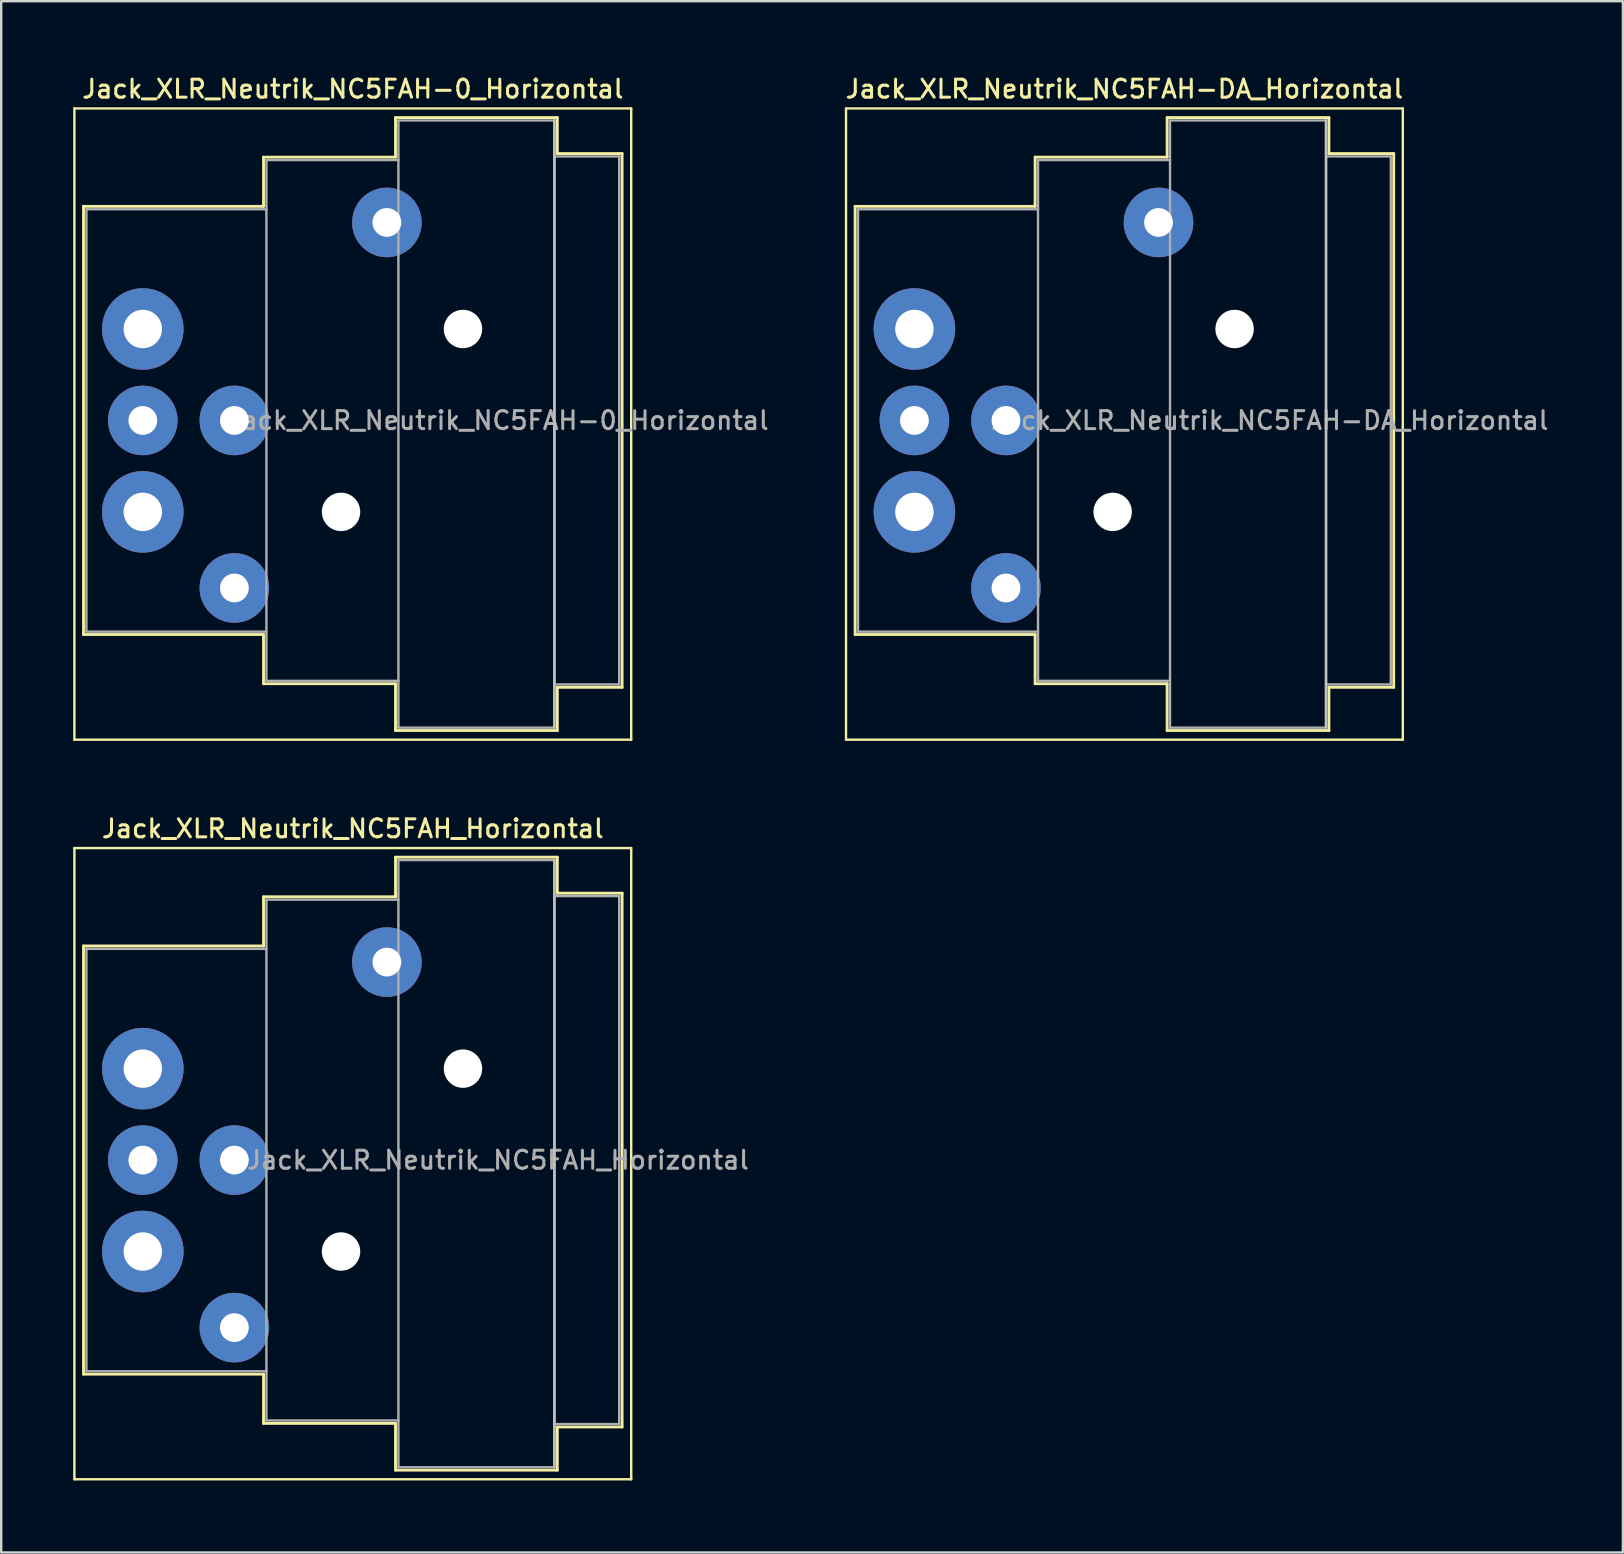
<source format=kicad_pcb>
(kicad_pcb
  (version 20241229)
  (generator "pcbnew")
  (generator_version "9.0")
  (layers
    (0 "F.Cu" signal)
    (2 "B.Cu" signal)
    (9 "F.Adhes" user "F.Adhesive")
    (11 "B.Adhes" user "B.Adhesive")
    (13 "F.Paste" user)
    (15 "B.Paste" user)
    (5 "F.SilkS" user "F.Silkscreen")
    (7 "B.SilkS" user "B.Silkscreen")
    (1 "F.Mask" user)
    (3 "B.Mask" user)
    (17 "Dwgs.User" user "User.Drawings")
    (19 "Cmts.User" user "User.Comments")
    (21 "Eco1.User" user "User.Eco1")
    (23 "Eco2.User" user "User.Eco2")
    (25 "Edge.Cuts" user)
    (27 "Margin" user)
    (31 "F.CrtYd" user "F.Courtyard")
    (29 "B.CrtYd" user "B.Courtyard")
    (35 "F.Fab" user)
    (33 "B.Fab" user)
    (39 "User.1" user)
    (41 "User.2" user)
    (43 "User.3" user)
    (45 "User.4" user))
  (footprint "Jack_XLR_Neutrik_NC5FAH-DA_Horizontal"
    (layer "F.Cu")
    (at 35.05 10.658)
    (property "Reference" "Jack_XLR_Neutrik_NC5FAH-DA_Horizontal" (at 8.75 -10 0) (layer "F.SilkS") (effects (font (size 0.75 0.75) (thickness 0.125))))
    (attr through_hole)
    (fp_line (start -2.85 -9.19) (end -2.85 17.11) (stroke (width 0.1) (type solid)) (layer "F.SilkS"))
    (fp_line (start -2.47 -5.11) (end -2.47 12.73) (stroke (width 0.12) (type solid)) (layer "F.SilkS"))
    (fp_line (start 5.03 -5.11) (end -2.47 -5.11) (stroke (width 0.12) (type solid)) (layer "F.SilkS"))
    (fp_line (start 5.03 -5.11) (end 5.03 -7.16) (stroke (width 0.12) (type solid)) (layer "F.SilkS"))
    (fp_line (start 5.03 12.73) (end -2.47 12.73) (stroke (width 0.12) (type solid)) (layer "F.SilkS"))
    (fp_line (start 5.03 12.73) (end 5.03 14.78) (stroke (width 0.12) (type solid)) (layer "F.SilkS"))
    (fp_line (start 10.53 -7.16) (end 5.03 -7.16) (stroke (width 0.12) (type solid)) (layer "F.SilkS"))
    (fp_line (start 10.53 -7.16) (end 10.53 -8.81) (stroke (width 0.12) (type solid)) (layer "F.SilkS"))
    (fp_line (start 10.53 14.78) (end 5.03 14.78) (stroke (width 0.12) (type solid)) (layer "F.SilkS"))
    (fp_line (start 10.53 16.73) (end 10.53 14.78) (stroke (width 0.12) (type solid)) (layer "F.SilkS"))
    (fp_line (start 17.27 -8.81) (end 10.53 -8.81) (stroke (width 0.12) (type solid)) (layer "F.SilkS"))
    (fp_line (start 17.27 -8.81) (end 17.27 -7.31) (stroke (width 0.12) (type solid)) (layer "F.SilkS"))
    (fp_line (start 17.27 -7.31) (end 19.97 -7.31) (stroke (width 0.12) (type solid)) (layer "F.SilkS"))
    (fp_line (start 17.27 14.93) (end 17.27 16.73) (stroke (width 0.12) (type solid)) (layer "F.SilkS"))
    (fp_line (start 17.27 14.93) (end 19.97 14.93) (stroke (width 0.12) (type solid)) (layer "F.SilkS"))
    (fp_line (start 17.27 16.73) (end 10.53 16.73) (stroke (width 0.12) (type solid)) (layer "F.SilkS"))
    (fp_line (start 19.97 -7.31) (end 19.97 14.93) (stroke (width 0.12) (type solid)) (layer "F.SilkS"))
    (fp_line (start 20.35 -9.19) (end -2.85 -9.19) (stroke (width 0.1) (type solid)) (layer "F.SilkS"))
    (fp_line (start 20.35 -9.19) (end 20.35 17.11) (stroke (width 0.1) (type solid)) (layer "F.SilkS"))
    (fp_line (start 20.35 17.11) (end -2.85 17.11) (stroke (width 0.1) (type solid)) (layer "F.SilkS"))
    (fp_line (start 17.15 -8.69) (end 17.15 16.61) (stroke (width 0.1) (type solid)) (layer "Dwgs.User"))
    (fp_line (start -2.35 -4.99) (end -2.35 12.61) (stroke (width 0.1) (type solid)) (layer "F.Fab"))
    (fp_line (start 5.15 -4.99) (end -2.35 -4.99) (stroke (width 0.1) (type solid)) (layer "F.Fab"))
    (fp_line (start 5.15 12.61) (end -2.35 12.61) (stroke (width 0.1) (type solid)) (layer "F.Fab"))
    (fp_line (start 5.15 14.66) (end 5.15 -7.04) (stroke (width 0.1) (type solid)) (layer "F.Fab"))
    (fp_line (start 5.15 14.66) (end 10.65 14.66) (stroke (width 0.1) (type solid)) (layer "F.Fab"))
    (fp_line (start 10.65 -8.69) (end 17.15 -8.69) (stroke (width 0.1) (type solid)) (layer "F.Fab"))
    (fp_line (start 10.65 -7.04) (end 5.15 -7.04) (stroke (width 0.1) (type solid)) (layer "F.Fab"))
    (fp_line (start 10.65 16.61) (end 10.65 -8.69) (stroke (width 0.1) (type solid)) (layer "F.Fab"))
    (fp_line (start 17.15 -8.69) (end 17.15 16.61) (stroke (width 0.1) (type solid)) (layer "F.Fab"))
    (fp_line (start 17.15 -7.19) (end 19.85 -7.19) (stroke (width 0.1) (type solid)) (layer "F.Fab"))
    (fp_line (start 17.15 16.61) (end 10.65 16.61) (stroke (width 0.1) (type solid)) (layer "F.Fab"))
    (fp_line (start 19.85 -7.19) (end 19.85 14.81) (stroke (width 0.1) (type solid)) (layer "F.Fab"))
    (fp_line (start 19.85 14.81) (end 17.15 14.81) (stroke (width 0.1) (type solid)) (layer "F.Fab"))
    (fp_text user "${REFERENCE}" (at 14.8 3.81 0) (layer "F.Fab") (effects (font (size 0.75 0.75) (thickness 0.125))))
    (pad "" np_thru_hole circle (at 8.26 7.62) (size 1.6 1.6) (drill 1.6) (layers "*.Cu" "*.Mask"))
    (pad "" np_thru_hole circle (at 13.34 0) (size 1.6 1.6) (drill 1.6) (layers "*.Cu" "*.Mask"))
    (pad "1" thru_hole circle (at 0 0) (size 3.4 3.4) (drill 1.6) (layers "*.Cu" "*.Mask"))
    (pad "2" thru_hole circle (at 3.815 3.81) (size 2.9 2.9) (drill 1.2) (layers "*.Cu" "*.Mask"))
    (pad "3" thru_hole circle (at 0 3.81) (size 2.9 2.9) (drill 1.2) (layers "*.Cu" "*.Mask"))
    (pad "4" thru_hole circle (at 3.815 10.79) (size 2.9 2.9) (drill 1.2) (layers "*.Cu" "*.Mask"))
    (pad "5" thru_hole circle (at 0 7.62) (size 3.4 3.4) (drill 1.6) (layers "*.Cu" "*.Mask"))
    (pad "G" thru_hole circle (at 10.17 -4.44) (size 2.9 2.9) (drill 1.2) (layers "*.Cu" "*.Mask")))
  (footprint "Jack_XLR_Neutrik_NC5FAH_Horizontal"
    (layer "F.Cu")
    (at 2.9 41.476)
    (property "Reference" "Jack_XLR_Neutrik_NC5FAH_Horizontal" (at 8.75 -10 0) (layer "F.SilkS") (effects (font (size 0.75 0.75) (thickness 0.125))))
    (attr through_hole)
    (fp_line (start -2.85 -9.19) (end -2.85 17.11) (stroke (width 0.1) (type solid)) (layer "F.SilkS"))
    (fp_line (start -2.47 -5.11) (end -2.47 12.73) (stroke (width 0.12) (type solid)) (layer "F.SilkS"))
    (fp_line (start 5.03 -5.11) (end -2.47 -5.11) (stroke (width 0.12) (type solid)) (layer "F.SilkS"))
    (fp_line (start 5.03 -5.11) (end 5.03 -7.16) (stroke (width 0.12) (type solid)) (layer "F.SilkS"))
    (fp_line (start 5.03 12.73) (end -2.47 12.73) (stroke (width 0.12) (type solid)) (layer "F.SilkS"))
    (fp_line (start 5.03 12.73) (end 5.03 14.78) (stroke (width 0.12) (type solid)) (layer "F.SilkS"))
    (fp_line (start 10.53 -7.16) (end 5.03 -7.16) (stroke (width 0.12) (type solid)) (layer "F.SilkS"))
    (fp_line (start 10.53 -7.16) (end 10.53 -8.81) (stroke (width 0.12) (type solid)) (layer "F.SilkS"))
    (fp_line (start 10.53 14.78) (end 5.03 14.78) (stroke (width 0.12) (type solid)) (layer "F.SilkS"))
    (fp_line (start 10.53 16.73) (end 10.53 14.78) (stroke (width 0.12) (type solid)) (layer "F.SilkS"))
    (fp_line (start 17.27 -8.81) (end 10.53 -8.81) (stroke (width 0.12) (type solid)) (layer "F.SilkS"))
    (fp_line (start 17.27 -8.81) (end 17.27 -7.31) (stroke (width 0.12) (type solid)) (layer "F.SilkS"))
    (fp_line (start 17.27 -7.31) (end 19.97 -7.31) (stroke (width 0.12) (type solid)) (layer "F.SilkS"))
    (fp_line (start 17.27 14.93) (end 17.27 16.73) (stroke (width 0.12) (type solid)) (layer "F.SilkS"))
    (fp_line (start 17.27 14.93) (end 19.97 14.93) (stroke (width 0.12) (type solid)) (layer "F.SilkS"))
    (fp_line (start 17.27 16.73) (end 10.53 16.73) (stroke (width 0.12) (type solid)) (layer "F.SilkS"))
    (fp_line (start 19.97 -7.31) (end 19.97 14.93) (stroke (width 0.12) (type solid)) (layer "F.SilkS"))
    (fp_line (start 20.35 -9.19) (end -2.85 -9.19) (stroke (width 0.1) (type solid)) (layer "F.SilkS"))
    (fp_line (start 20.35 -9.19) (end 20.35 17.11) (stroke (width 0.1) (type solid)) (layer "F.SilkS"))
    (fp_line (start 20.35 17.11) (end -2.85 17.11) (stroke (width 0.1) (type solid)) (layer "F.SilkS"))
    (fp_line (start 17.15 -8.69) (end 17.15 16.61) (stroke (width 0.1) (type solid)) (layer "Dwgs.User"))
    (fp_line (start -2.35 -4.99) (end -2.35 12.61) (stroke (width 0.1) (type solid)) (layer "F.Fab"))
    (fp_line (start 5.15 -4.99) (end -2.35 -4.99) (stroke (width 0.1) (type solid)) (layer "F.Fab"))
    (fp_line (start 5.15 12.61) (end -2.35 12.61) (stroke (width 0.1) (type solid)) (layer "F.Fab"))
    (fp_line (start 5.15 14.66) (end 5.15 -7.04) (stroke (width 0.1) (type solid)) (layer "F.Fab"))
    (fp_line (start 5.15 14.66) (end 10.65 14.66) (stroke (width 0.1) (type solid)) (layer "F.Fab"))
    (fp_line (start 10.65 -8.69) (end 17.15 -8.69) (stroke (width 0.1) (type solid)) (layer "F.Fab"))
    (fp_line (start 10.65 -7.04) (end 5.15 -7.04) (stroke (width 0.1) (type solid)) (layer "F.Fab"))
    (fp_line (start 10.65 16.61) (end 10.65 -8.69) (stroke (width 0.1) (type solid)) (layer "F.Fab"))
    (fp_line (start 17.15 -8.69) (end 17.15 16.61) (stroke (width 0.1) (type solid)) (layer "F.Fab"))
    (fp_line (start 17.15 -7.19) (end 19.85 -7.19) (stroke (width 0.1) (type solid)) (layer "F.Fab"))
    (fp_line (start 17.15 16.61) (end 10.65 16.61) (stroke (width 0.1) (type solid)) (layer "F.Fab"))
    (fp_line (start 19.85 -7.19) (end 19.85 14.81) (stroke (width 0.1) (type solid)) (layer "F.Fab"))
    (fp_line (start 19.85 14.81) (end 17.15 14.81) (stroke (width 0.1) (type solid)) (layer "F.Fab"))
    (fp_text user "${REFERENCE}" (at 14.8 3.81 0) (layer "F.Fab") (effects (font (size 0.75 0.75) (thickness 0.125))))
    (pad "" np_thru_hole circle (at 8.26 7.62) (size 1.6 1.6) (drill 1.6) (layers "*.Cu" "*.Mask"))
    (pad "" np_thru_hole circle (at 13.34 0) (size 1.6 1.6) (drill 1.6) (layers "*.Cu" "*.Mask"))
    (pad "1" thru_hole circle (at 0 0) (size 3.4 3.4) (drill 1.6) (layers "*.Cu" "*.Mask"))
    (pad "2" thru_hole circle (at 3.815 3.81) (size 2.9 2.9) (drill 1.2) (layers "*.Cu" "*.Mask"))
    (pad "3" thru_hole circle (at 0 3.81) (size 2.9 2.9) (drill 1.2) (layers "*.Cu" "*.Mask"))
    (pad "4" thru_hole circle (at 3.815 10.79) (size 2.9 2.9) (drill 1.2) (layers "*.Cu" "*.Mask"))
    (pad "5" thru_hole circle (at 0 7.62) (size 3.4 3.4) (drill 1.6) (layers "*.Cu" "*.Mask"))
    (pad "G" thru_hole circle (at 10.17 -4.44) (size 2.9 2.9) (drill 1.2) (layers "*.Cu" "*.Mask")))
  (footprint "Jack_XLR_Neutrik_NC5FAH-0_Horizontal"
    (layer "F.Cu")
    (at 2.9 10.658)
    (property "Reference" "Jack_XLR_Neutrik_NC5FAH-0_Horizontal" (at 8.75 -10 0) (layer "F.SilkS") (effects (font (size 0.75 0.75) (thickness 0.125))))
    (attr through_hole)
    (fp_line (start -2.85 -9.19) (end -2.85 17.11) (stroke (width 0.1) (type solid)) (layer "F.SilkS"))
    (fp_line (start -2.47 -5.11) (end -2.47 12.73) (stroke (width 0.12) (type solid)) (layer "F.SilkS"))
    (fp_line (start 5.03 -5.11) (end -2.47 -5.11) (stroke (width 0.12) (type solid)) (layer "F.SilkS"))
    (fp_line (start 5.03 -5.11) (end 5.03 -7.16) (stroke (width 0.12) (type solid)) (layer "F.SilkS"))
    (fp_line (start 5.03 12.73) (end -2.47 12.73) (stroke (width 0.12) (type solid)) (layer "F.SilkS"))
    (fp_line (start 5.03 12.73) (end 5.03 14.78) (stroke (width 0.12) (type solid)) (layer "F.SilkS"))
    (fp_line (start 10.53 -7.16) (end 5.03 -7.16) (stroke (width 0.12) (type solid)) (layer "F.SilkS"))
    (fp_line (start 10.53 -7.16) (end 10.53 -8.81) (stroke (width 0.12) (type solid)) (layer "F.SilkS"))
    (fp_line (start 10.53 14.78) (end 5.03 14.78) (stroke (width 0.12) (type solid)) (layer "F.SilkS"))
    (fp_line (start 10.53 16.73) (end 10.53 14.78) (stroke (width 0.12) (type solid)) (layer "F.SilkS"))
    (fp_line (start 17.27 -8.81) (end 10.53 -8.81) (stroke (width 0.12) (type solid)) (layer "F.SilkS"))
    (fp_line (start 17.27 -8.81) (end 17.27 -7.31) (stroke (width 0.12) (type solid)) (layer "F.SilkS"))
    (fp_line (start 17.27 -7.31) (end 19.97 -7.31) (stroke (width 0.12) (type solid)) (layer "F.SilkS"))
    (fp_line (start 17.27 14.93) (end 17.27 16.73) (stroke (width 0.12) (type solid)) (layer "F.SilkS"))
    (fp_line (start 17.27 14.93) (end 19.97 14.93) (stroke (width 0.12) (type solid)) (layer "F.SilkS"))
    (fp_line (start 17.27 16.73) (end 10.53 16.73) (stroke (width 0.12) (type solid)) (layer "F.SilkS"))
    (fp_line (start 19.97 -7.31) (end 19.97 14.93) (stroke (width 0.12) (type solid)) (layer "F.SilkS"))
    (fp_line (start 20.35 -9.19) (end -2.85 -9.19) (stroke (width 0.1) (type solid)) (layer "F.SilkS"))
    (fp_line (start 20.35 -9.19) (end 20.35 17.11) (stroke (width 0.1) (type solid)) (layer "F.SilkS"))
    (fp_line (start 20.35 17.11) (end -2.85 17.11) (stroke (width 0.1) (type solid)) (layer "F.SilkS"))
    (fp_line (start 17.15 -8.69) (end 17.15 16.61) (stroke (width 0.1) (type solid)) (layer "Dwgs.User"))
    (fp_line (start -2.35 -4.99) (end -2.35 12.61) (stroke (width 0.1) (type solid)) (layer "F.Fab"))
    (fp_line (start 5.15 -4.99) (end -2.35 -4.99) (stroke (width 0.1) (type solid)) (layer "F.Fab"))
    (fp_line (start 5.15 12.61) (end -2.35 12.61) (stroke (width 0.1) (type solid)) (layer "F.Fab"))
    (fp_line (start 5.15 14.66) (end 5.15 -7.04) (stroke (width 0.1) (type solid)) (layer "F.Fab"))
    (fp_line (start 5.15 14.66) (end 10.65 14.66) (stroke (width 0.1) (type solid)) (layer "F.Fab"))
    (fp_line (start 10.65 -8.69) (end 17.15 -8.69) (stroke (width 0.1) (type solid)) (layer "F.Fab"))
    (fp_line (start 10.65 -7.04) (end 5.15 -7.04) (stroke (width 0.1) (type solid)) (layer "F.Fab"))
    (fp_line (start 10.65 16.61) (end 10.65 -8.69) (stroke (width 0.1) (type solid)) (layer "F.Fab"))
    (fp_line (start 17.15 -8.69) (end 17.15 16.61) (stroke (width 0.1) (type solid)) (layer "F.Fab"))
    (fp_line (start 17.15 -7.19) (end 19.85 -7.19) (stroke (width 0.1) (type solid)) (layer "F.Fab"))
    (fp_line (start 17.15 16.61) (end 10.65 16.61) (stroke (width 0.1) (type solid)) (layer "F.Fab"))
    (fp_line (start 19.85 -7.19) (end 19.85 14.81) (stroke (width 0.1) (type solid)) (layer "F.Fab"))
    (fp_line (start 19.85 14.81) (end 17.15 14.81) (stroke (width 0.1) (type solid)) (layer "F.Fab"))
    (fp_text user "${REFERENCE}" (at 14.8 3.81 0) (layer "F.Fab") (effects (font (size 0.75 0.75) (thickness 0.125))))
    (pad "" np_thru_hole circle (at 8.26 7.62) (size 1.6 1.6) (drill 1.6) (layers "*.Cu" "*.Mask"))
    (pad "" np_thru_hole circle (at 13.34 0) (size 1.6 1.6) (drill 1.6) (layers "*.Cu" "*.Mask"))
    (pad "1" thru_hole circle (at 0 0) (size 3.4 3.4) (drill 1.6) (layers "*.Cu" "*.Mask"))
    (pad "2" thru_hole circle (at 3.815 3.81) (size 2.9 2.9) (drill 1.2) (layers "*.Cu" "*.Mask"))
    (pad "3" thru_hole circle (at 0 3.81) (size 2.9 2.9) (drill 1.2) (layers "*.Cu" "*.Mask"))
    (pad "4" thru_hole circle (at 3.815 10.79) (size 2.9 2.9) (drill 1.2) (layers "*.Cu" "*.Mask"))
    (pad "5" thru_hole circle (at 0 7.62) (size 3.4 3.4) (drill 1.6) (layers "*.Cu" "*.Mask"))
    (pad "G" thru_hole circle (at 10.17 -4.44) (size 2.9 2.9) (drill 1.2) (layers "*.Cu" "*.Mask")))
  (gr_rect
    (start -3 -3)
    (end 64.57 61.636)
    (stroke (width 0.1) (type default))
    (fill no)
    (layer "Edge.Cuts")))
</source>
